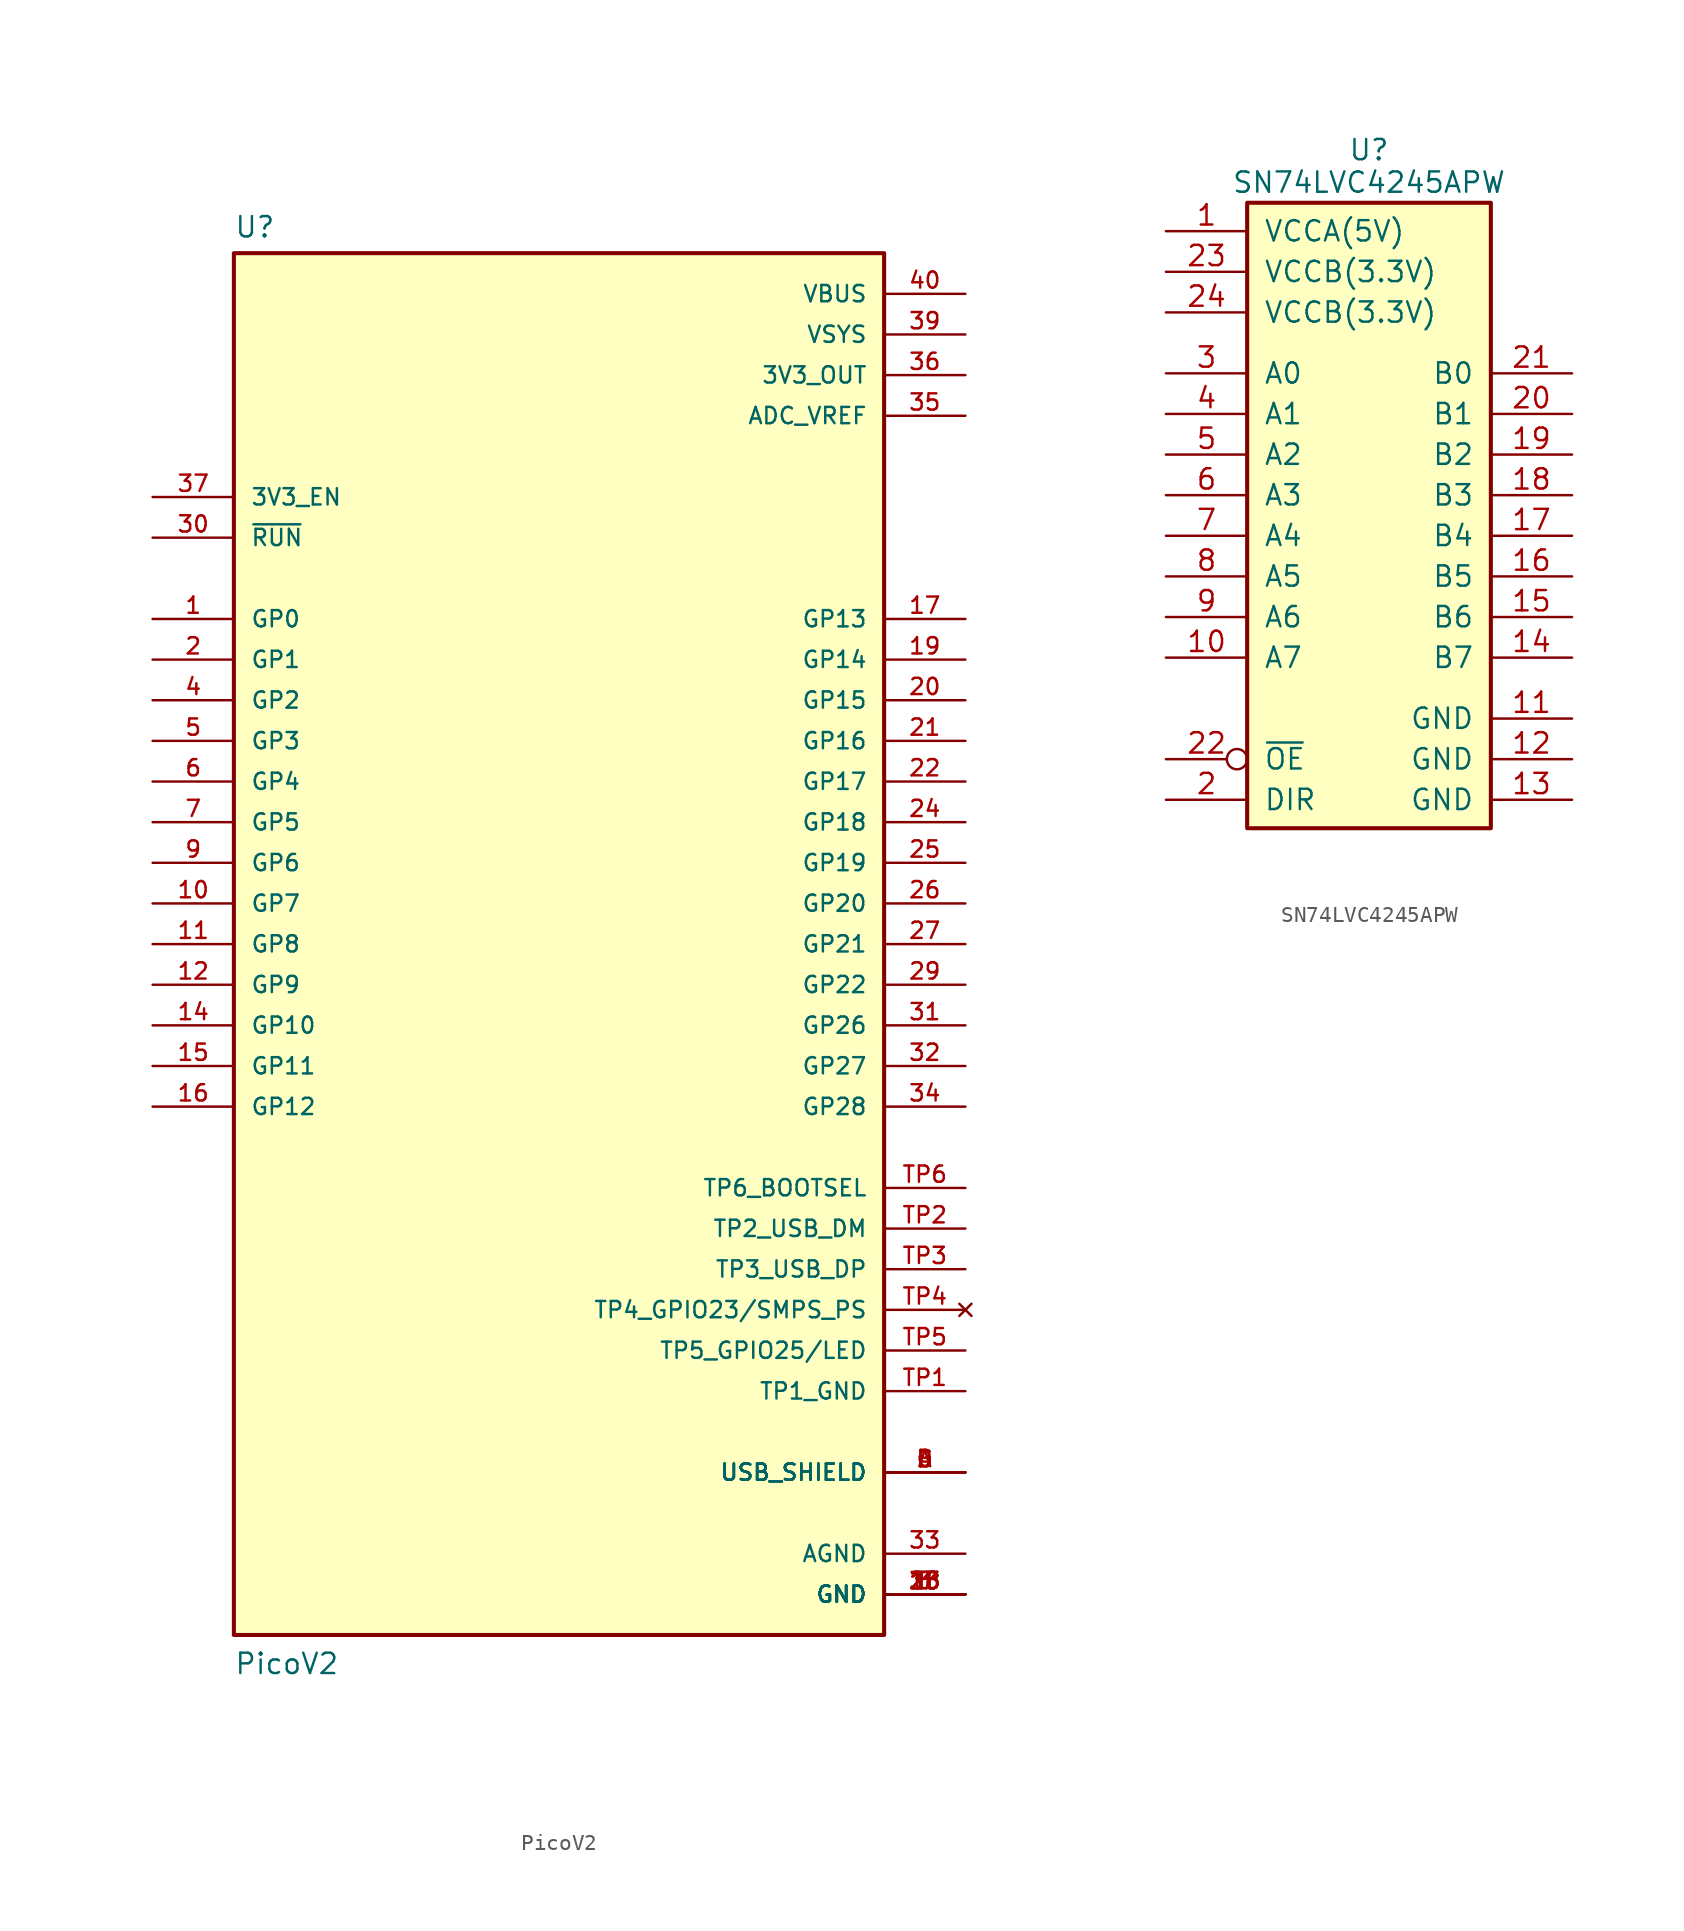
<source format=kicad_sym>
(kicad_symbol_lib
  (version 20211014)
  (generator kicad_symbol_editor)
  (symbol "PicoV2"
    (pin_names
      (offset 1.016))
    (property "Reference" "U"
      (at -20.32 44.069 0)
      (effects (font (size 1.27 1.27)) (justify left bottom)))
    (property "Value" "PicoV2"
      (at -20.32 -45.72 0)
      (effects (font (size 1.27 1.27)) (justify left bottom)))
    (property "ki_locked" ""
      (at 0 0 0)
      (effects (font (size 1.27 1.27))))
    (symbol "PicoV2_0_0"
      (rectangle (start -20.32 -43.18) (end 20.32 43.18) (stroke (width 0.254) (type default) (color 0 0 0 0)) (fill (type background)))
      (pin bidirectional line (at -25.4 20.32 0) (length 5.08) (name "GP0" (effects (font (size 1.016 1.016)))) (number "1" (effects (font (size 1.016 1.016)))))
      (pin bidirectional line (at -25.4 2.54 0) (length 5.08) (name "GP7" (effects (font (size 1.016 1.016)))) (number "10" (effects (font (size 1.016 1.016)))))
      (pin bidirectional line (at -25.4 0 0) (length 5.08) (name "GP8" (effects (font (size 1.016 1.016)))) (number "11" (effects (font (size 1.016 1.016)))))
      (pin bidirectional line (at -25.4 -2.54 0) (length 5.08) (name "GP9" (effects (font (size 1.016 1.016)))) (number "12" (effects (font (size 1.016 1.016)))))
      (pin power_in line (at 25.4 -40.64 180) (length 5.08) (name "GND" (effects (font (size 1.016 1.016)))) (number "13" (effects (font (size 1.016 1.016)))))
      (pin bidirectional line (at -25.4 -5.08 0) (length 5.08) (name "GP10" (effects (font (size 1.016 1.016)))) (number "14" (effects (font (size 1.016 1.016)))))
      (pin bidirectional line (at -25.4 -7.62 0) (length 5.08) (name "GP11" (effects (font (size 1.016 1.016)))) (number "15" (effects (font (size 1.016 1.016)))))
      (pin bidirectional line (at -25.4 -10.16 0) (length 5.08) (name "GP12" (effects (font (size 1.016 1.016)))) (number "16" (effects (font (size 1.016 1.016)))))
      (pin bidirectional line (at 25.4 20.32 180) (length 5.08) (name "GP13" (effects (font (size 1.016 1.016)))) (number "17" (effects (font (size 1.016 1.016)))))
      (pin power_in line (at 25.4 -40.64 180) (length 5.08) (name "GND" (effects (font (size 1.016 1.016)))) (number "18" (effects (font (size 1.016 1.016)))))
      (pin bidirectional line (at 25.4 17.78 180) (length 5.08) (name "GP14" (effects (font (size 1.016 1.016)))) (number "19" (effects (font (size 1.016 1.016)))))
      (pin bidirectional line (at -25.4 17.78 0) (length 5.08) (name "GP1" (effects (font (size 1.016 1.016)))) (number "2" (effects (font (size 1.016 1.016)))))
      (pin bidirectional line (at 25.4 15.24 180) (length 5.08) (name "GP15" (effects (font (size 1.016 1.016)))) (number "20" (effects (font (size 1.016 1.016)))))
      (pin bidirectional line (at 25.4 12.7 180) (length 5.08) (name "GP16" (effects (font (size 1.016 1.016)))) (number "21" (effects (font (size 1.016 1.016)))))
      (pin bidirectional line (at 25.4 10.16 180) (length 5.08) (name "GP17" (effects (font (size 1.016 1.016)))) (number "22" (effects (font (size 1.016 1.016)))))
      (pin power_in line (at 25.4 -40.64 180) (length 5.08) (name "GND" (effects (font (size 1.016 1.016)))) (number "23" (effects (font (size 1.016 1.016)))))
      (pin bidirectional line (at 25.4 7.62 180) (length 5.08) (name "GP18" (effects (font (size 1.016 1.016)))) (number "24" (effects (font (size 1.016 1.016)))))
      (pin bidirectional line (at 25.4 5.08 180) (length 5.08) (name "GP19" (effects (font (size 1.016 1.016)))) (number "25" (effects (font (size 1.016 1.016)))))
      (pin bidirectional line (at 25.4 2.54 180) (length 5.08) (name "GP20" (effects (font (size 1.016 1.016)))) (number "26" (effects (font (size 1.016 1.016)))))
      (pin bidirectional line (at 25.4 0 180) (length 5.08) (name "GP21" (effects (font (size 1.016 1.016)))) (number "27" (effects (font (size 1.016 1.016)))))
      (pin power_in line (at 25.4 -40.64 180) (length 5.08) (name "GND" (effects (font (size 1.016 1.016)))) (number "28" (effects (font (size 1.016 1.016)))))
      (pin bidirectional line (at 25.4 -2.54 180) (length 5.08) (name "GP22" (effects (font (size 1.016 1.016)))) (number "29" (effects (font (size 1.016 1.016)))))
      (pin power_in line (at 25.4 -40.64 180) (length 5.08) (name "GND" (effects (font (size 1.016 1.016)))) (number "3" (effects (font (size 1.016 1.016)))))
      (pin input line (at -25.4 25.4 0) (length 5.08) (name "~{RUN}" (effects (font (size 1.016 1.016)))) (number "30" (effects (font (size 1.016 1.016)))))
      (pin bidirectional line (at 25.4 -5.08 180) (length 5.08) (name "GP26" (effects (font (size 1.016 1.016)))) (number "31" (effects (font (size 1.016 1.016)))))
      (pin bidirectional line (at 25.4 -7.62 180) (length 5.08) (name "GP27" (effects (font (size 1.016 1.016)))) (number "32" (effects (font (size 1.016 1.016)))))
      (pin power_in line (at 25.4 -38.1 180) (length 5.08) (name "AGND" (effects (font (size 1.016 1.016)))) (number "33" (effects (font (size 1.016 1.016)))))
      (pin bidirectional line (at 25.4 -10.16 180) (length 5.08) (name "GP28" (effects (font (size 1.016 1.016)))) (number "34" (effects (font (size 1.016 1.016)))))
      (pin power_in line (at 25.4 33.02 180) (length 5.08) (name "ADC_VREF" (effects (font (size 1.016 1.016)))) (number "35" (effects (font (size 1.016 1.016)))))
      (pin power_in line (at 25.4 35.56 180) (length 5.08) (name "3V3_OUT" (effects (font (size 1.016 1.016)))) (number "36" (effects (font (size 1.016 1.016)))))
      (pin input line (at -25.4 27.94 0) (length 5.08) (name "3V3_EN" (effects (font (size 1.016 1.016)))) (number "37" (effects (font (size 1.016 1.016)))))
      (pin power_in line (at 25.4 -40.64 180) (length 5.08) (name "GND" (effects (font (size 1.016 1.016)))) (number "38" (effects (font (size 1.016 1.016)))))
      (pin power_in line (at 25.4 38.1 180) (length 5.08) (name "VSYS" (effects (font (size 1.016 1.016)))) (number "39" (effects (font (size 1.016 1.016)))))
      (pin bidirectional line (at -25.4 15.24 0) (length 5.08) (name "GP2" (effects (font (size 1.016 1.016)))) (number "4" (effects (font (size 1.016 1.016)))))
      (pin power_in line (at 25.4 40.64 180) (length 5.08) (name "VBUS" (effects (font (size 1.016 1.016)))) (number "40" (effects (font (size 1.016 1.016)))))
      (pin bidirectional line (at -25.4 12.7 0) (length 5.08) (name "GP3" (effects (font (size 1.016 1.016)))) (number "5" (effects (font (size 1.016 1.016)))))
      (pin bidirectional line (at -25.4 10.16 0) (length 5.08) (name "GP4" (effects (font (size 1.016 1.016)))) (number "6" (effects (font (size 1.016 1.016)))))
      (pin bidirectional line (at -25.4 7.62 0) (length 5.08) (name "GP5" (effects (font (size 1.016 1.016)))) (number "7" (effects (font (size 1.016 1.016)))))
      (pin power_in line (at 25.4 -40.64 180) (length 5.08) (name "GND" (effects (font (size 1.016 1.016)))) (number "8" (effects (font (size 1.016 1.016)))))
      (pin bidirectional line (at -25.4 5.08 0) (length 5.08) (name "GP6" (effects (font (size 1.016 1.016)))) (number "9" (effects (font (size 1.016 1.016)))))
      (pin power_in line (at 25.4 -33.02 180) (length 5.08) (name "USB_SHIELD" (effects (font (size 1.016 1.016)))) (number "A" (effects (font (size 1.016 1.016)))))
      (pin power_in line (at 25.4 -33.02 180) (length 5.08) (name "USB_SHIELD" (effects (font (size 1.016 1.016)))) (number "B" (effects (font (size 1.016 1.016)))))
      (pin power_in line (at 25.4 -33.02 180) (length 5.08) (name "USB_SHIELD" (effects (font (size 1.016 1.016)))) (number "C" (effects (font (size 1.016 1.016)))))
      (pin power_in line (at 25.4 -33.02 180) (length 5.08) (name "USB_SHIELD" (effects (font (size 1.016 1.016)))) (number "D" (effects (font (size 1.016 1.016)))))
      (pin power_in line (at 25.4 -27.94 180) (length 5.08) (name "TP1_GND" (effects (font (size 1.016 1.016)))) (number "TP1" (effects (font (size 1.016 1.016)))))
      (pin bidirectional line (at 25.4 -17.78 180) (length 5.08) (name "TP2_USB_DM" (effects (font (size 1.016 1.016)))) (number "TP2" (effects (font (size 1.016 1.016)))))
      (pin bidirectional line (at 25.4 -20.32 180) (length 5.08) (name "TP3_USB_DP" (effects (font (size 1.016 1.016)))) (number "TP3" (effects (font (size 1.016 1.016)))))
      (pin no_connect line (at 25.4 -22.86 180) (length 5.08) (name "TP4_GPIO23/SMPS_PS" (effects (font (size 1.016 1.016)))) (number "TP4" (effects (font (size 1.016 1.016)))))
      (pin output line (at 25.4 -25.4 180) (length 5.08) (name "TP5_GPIO25/LED" (effects (font (size 1.016 1.016)))) (number "TP5" (effects (font (size 1.016 1.016)))))
      (pin input line (at 25.4 -15.24 180) (length 5.08) (name "TP6_BOOTSEL" (effects (font (size 1.016 1.016)))) (number "TP6" (effects (font (size 1.016 1.016)))))))
  (symbol "SN74LVC4245APW"
    (pin_names
      (offset 1.016))
    (property "Reference" "U"
      (at 0 24.13 0)
      (effects (font (size 1.27 1.27))))
    (property "Value" "SN74LVC4245APW"
      (at 0 22.098 0)
      (effects (font (size 1.27 1.27))))
    (symbol "SN74LVC4245APW_0_0"
      (pin power_in line (at 12.7 -13.97 180) (length 5.08) (name "GND" (effects (font (size 1.27 1.27)))) (number "12" (effects (font (size 1.27 1.27)))))
      (pin power_in line (at 12.7 -16.51 180) (length 5.08) (name "GND" (effects (font (size 1.27 1.27)))) (number "13" (effects (font (size 1.27 1.27)))))
      (pin power_in line (at -12.7 16.51 0) (length 5.08) (name "VCCB(3.3V)" (effects (font (size 1.27 1.27)))) (number "23" (effects (font (size 1.27 1.27)))))
      (pin power_in line (at -12.7 13.97 0) (length 5.08) (name "VCCB(3.3V)" (effects (font (size 1.27 1.27)))) (number "24" (effects (font (size 1.27 1.27))))))
    (symbol "SN74LVC4245APW_1_0"
      (pin power_in line (at -12.7 19.05 0) (length 5.08) (name "VCCA(5V)" (effects (font (size 1.27 1.27)))) (number "1" (effects (font (size 1.27 1.27)))))
      (pin tri_state line (at -12.7 -7.62 0) (length 5.08) (name "A7" (effects (font (size 1.27 1.27)))) (number "10" (effects (font (size 1.27 1.27)))))
      (pin power_in line (at 12.7 -11.43 180) (length 5.08) (name "GND" (effects (font (size 1.27 1.27)))) (number "11" (effects (font (size 1.27 1.27)))))
      (pin tri_state line (at 12.7 -7.62 180) (length 5.08) (name "B7" (effects (font (size 1.27 1.27)))) (number "14" (effects (font (size 1.27 1.27)))))
      (pin tri_state line (at 12.7 -5.08 180) (length 5.08) (name "B6" (effects (font (size 1.27 1.27)))) (number "15" (effects (font (size 1.27 1.27)))))
      (pin tri_state line (at 12.7 -2.54 180) (length 5.08) (name "B5" (effects (font (size 1.27 1.27)))) (number "16" (effects (font (size 1.27 1.27)))))
      (pin tri_state line (at 12.7 0 180) (length 5.08) (name "B4" (effects (font (size 1.27 1.27)))) (number "17" (effects (font (size 1.27 1.27)))))
      (pin tri_state line (at 12.7 2.54 180) (length 5.08) (name "B3" (effects (font (size 1.27 1.27)))) (number "18" (effects (font (size 1.27 1.27)))))
      (pin tri_state line (at 12.7 5.08 180) (length 5.08) (name "B2" (effects (font (size 1.27 1.27)))) (number "19" (effects (font (size 1.27 1.27)))))
      (pin input line (at -12.7 -16.51 0) (length 5.08) (name "DIR" (effects (font (size 1.27 1.27)))) (number "2" (effects (font (size 1.27 1.27)))))
      (pin tri_state line (at 12.7 7.62 180) (length 5.08) (name "B1" (effects (font (size 1.27 1.27)))) (number "20" (effects (font (size 1.27 1.27)))))
      (pin tri_state line (at 12.7 10.16 180) (length 5.08) (name "B0" (effects (font (size 1.27 1.27)))) (number "21" (effects (font (size 1.27 1.27)))))
      (pin input inverted (at -12.7 -13.97 0) (length 5.08) (name "~{OE}" (effects (font (size 1.27 1.27)))) (number "22" (effects (font (size 1.27 1.27)))))
      (pin tri_state line (at -12.7 10.16 0) (length 5.08) (name "A0" (effects (font (size 1.27 1.27)))) (number "3" (effects (font (size 1.27 1.27)))))
      (pin tri_state line (at -12.7 7.62 0) (length 5.08) (name "A1" (effects (font (size 1.27 1.27)))) (number "4" (effects (font (size 1.27 1.27)))))
      (pin tri_state line (at -12.7 5.08 0) (length 5.08) (name "A2" (effects (font (size 1.27 1.27)))) (number "5" (effects (font (size 1.27 1.27)))))
      (pin tri_state line (at -12.7 2.54 0) (length 5.08) (name "A3" (effects (font (size 1.27 1.27)))) (number "6" (effects (font (size 1.27 1.27)))))
      (pin tri_state line (at -12.7 0 0) (length 5.08) (name "A4" (effects (font (size 1.27 1.27)))) (number "7" (effects (font (size 1.27 1.27)))))
      (pin tri_state line (at -12.7 -2.54 0) (length 5.08) (name "A5" (effects (font (size 1.27 1.27)))) (number "8" (effects (font (size 1.27 1.27)))))
      (pin tri_state line (at -12.7 -5.08 0) (length 5.08) (name "A6" (effects (font (size 1.27 1.27)))) (number "9" (effects (font (size 1.27 1.27))))))
    (symbol "SN74LVC4245APW_1_1"
      (rectangle (start -7.62 20.828) (end 7.62 -18.288) (stroke (width 0.254) (type default) (color 0 0 0 0)) (fill (type background))))))
</source>
